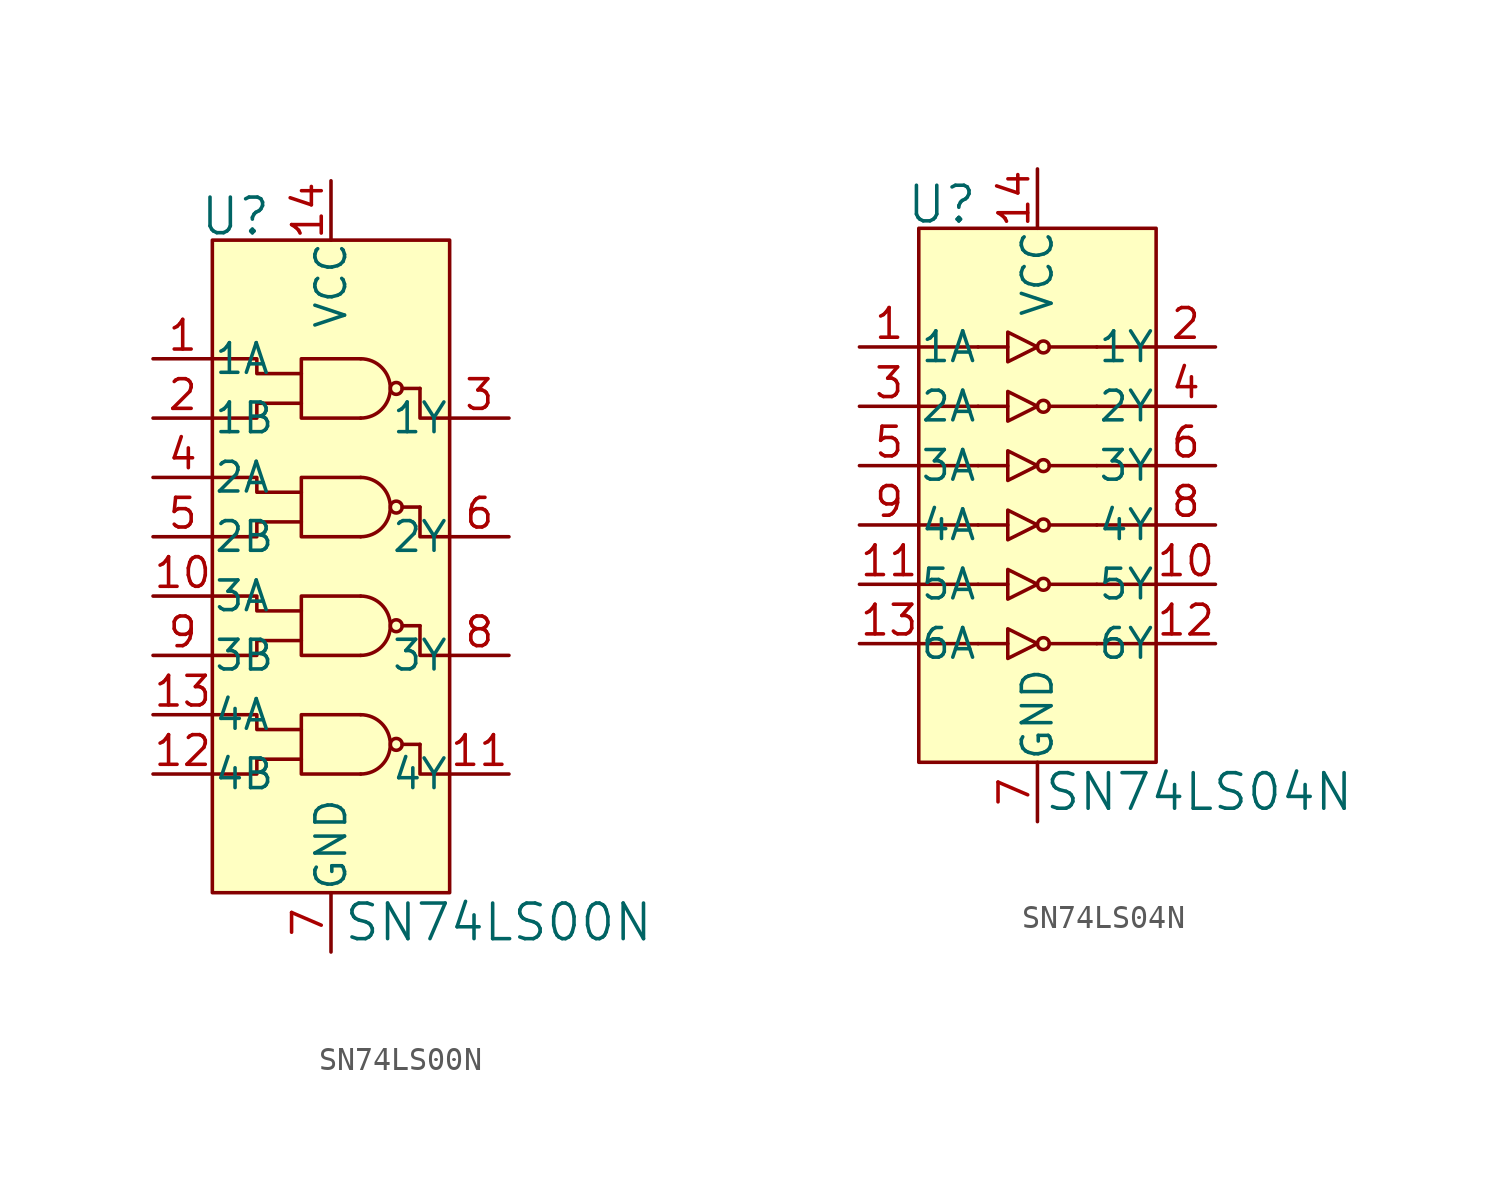
<source format=kicad_sym>
(kicad_symbol_lib
  (version 20220914)
  (generator kicad_symbol_editor)
  (symbol "SN74LS00N"
    (pin_names
      (offset 0.025))
    (property "Reference" "U"
      (at -5.08 11.176 0)
      (effects (font (size 1.524 1.524)) (justify right)))
    (property "Value" "SN74LS00N"
      (at -2.032 -19.05 0)
      (effects (font (size 1.524 1.524)) (justify left)))
    (symbol "SN74LS00N_0_1"
      (rectangle (start -7.62 10.16) (end 2.54 -17.78) (stroke (width 0) (type solid)) (fill (type background)))
      (arc (start -1.27 -12.7) (mid -0.0055 -11.43) (end -1.27 -10.16) (stroke (width 0) (type solid)) (fill (type none)))
      (arc (start -1.27 -7.62) (mid -0.0055 -6.35) (end -1.27 -5.08) (stroke (width 0) (type solid)) (fill (type none)))
      (arc (start -1.27 -2.54) (mid -0.0055 -1.27) (end -1.27 0) (stroke (width 0) (type solid)) (fill (type none)))
      (arc (start -1.27 2.54) (mid -0.0055 3.81) (end -1.27 5.08) (stroke (width 0) (type solid)) (fill (type none)))
      (polyline (pts (xy 0.508 -11.43) (xy 1.27 -11.43)) (stroke (width 0) (type solid)) (fill (type none)))
      (polyline (pts (xy 0.508 3.81) (xy 1.27 3.81)) (stroke (width 0) (type solid)) (fill (type none)))
      (polyline (pts (xy 1.27 -6.35) (xy 0.508 -6.35)) (stroke (width 0) (type solid)) (fill (type none)))
      (polyline (pts (xy 1.27 -1.27) (xy 0.508 -1.27)) (stroke (width 0) (type solid)) (fill (type none)))
      (polyline (pts (xy 1.27 -11.43) (xy 1.27 -12.7) (xy 2.54 -12.7)) (stroke (width 0) (type solid)) (fill (type none)))
      (polyline (pts (xy 1.27 -6.35) (xy 1.27 -7.62) (xy 2.54 -7.62)) (stroke (width 0) (type solid)) (fill (type none)))
      (polyline (pts (xy 1.27 -1.27) (xy 1.27 -2.54) (xy 2.54 -2.54)) (stroke (width 0) (type solid)) (fill (type none)))
      (polyline (pts (xy 1.27 3.81) (xy 1.27 2.54) (xy 2.54 2.54)) (stroke (width 0) (type solid)) (fill (type none)))
      (polyline (pts (xy -7.62 -12.7) (xy -5.715 -12.7) (xy -5.715 -12.065) (xy -3.81 -12.065)) (stroke (width 0) (type solid)) (fill (type none)))
      (polyline (pts (xy -7.62 -7.62) (xy -5.715 -7.62) (xy -5.715 -6.985) (xy -3.81 -6.985)) (stroke (width 0) (type solid)) (fill (type none)))
      (polyline (pts (xy -7.62 -2.54) (xy -5.715 -2.54) (xy -5.715 -1.905) (xy -3.81 -1.905)) (stroke (width 0) (type solid)) (fill (type none)))
      (polyline (pts (xy -3.81 -10.795) (xy -5.715 -10.795) (xy -5.715 -10.16) (xy -7.62 -10.16)) (stroke (width 0) (type solid)) (fill (type none)))
      (polyline (pts (xy -3.81 -5.715) (xy -5.715 -5.715) (xy -5.715 -5.08) (xy -7.62 -5.08)) (stroke (width 0) (type solid)) (fill (type none)))
      (polyline (pts (xy -3.81 -0.635) (xy -5.715 -0.635) (xy -5.715 0) (xy -7.62 0)) (stroke (width 0) (type solid)) (fill (type none)))
      (polyline (pts (xy -3.81 3.175) (xy -5.715 3.175) (xy -5.715 2.54) (xy -7.62 2.54)) (stroke (width 0) (type solid)) (fill (type none)))
      (polyline (pts (xy -3.81 4.445) (xy -5.715 4.445) (xy -5.715 5.08) (xy -7.62 5.08)) (stroke (width 0) (type solid)) (fill (type none)))
      (polyline (pts (xy -1.27 -10.16) (xy -3.81 -10.16) (xy -3.81 -12.7) (xy -1.27 -12.7)) (stroke (width 0) (type solid)) (fill (type none)))
      (polyline (pts (xy -1.27 -5.08) (xy -3.81 -5.08) (xy -3.81 -7.62) (xy -1.27 -7.62)) (stroke (width 0) (type solid)) (fill (type none)))
      (polyline (pts (xy -1.27 0) (xy -3.81 0) (xy -3.81 -2.54) (xy -1.27 -2.54)) (stroke (width 0) (type solid)) (fill (type none)))
      (polyline (pts (xy -1.27 5.08) (xy -3.81 5.08) (xy -3.81 2.54) (xy -1.27 2.54)) (stroke (width 0) (type solid)) (fill (type none)))
      (circle (center 0.254 -11.43) (radius 0.254) (stroke (width 0) (type solid)) (fill (type none)))
      (circle (center 0.254 -6.35) (radius 0.254) (stroke (width 0) (type solid)) (fill (type none)))
      (circle (center 0.254 -1.27) (radius 0.254) (stroke (width 0) (type solid)) (fill (type none)))
      (circle (center 0.254 3.81) (radius 0.254) (stroke (width 0) (type solid)) (fill (type none))))
    (symbol "SN74LS00N_1_1"
      (pin input line (at -10.16 5.08 0) (length 2.54) (name "1A" (effects (font (size 1.27 1.27)))) (number "1" (effects (font (size 1.27 1.27)))))
      (pin input line (at -10.16 -5.08 0) (length 2.54) (name "3A" (effects (font (size 1.27 1.27)))) (number "10" (effects (font (size 1.27 1.27)))))
      (pin output line (at 5.08 -12.7 180) (length 2.54) (name "4Y" (effects (font (size 1.27 1.27)))) (number "11" (effects (font (size 1.27 1.27)))))
      (pin input line (at -10.16 -12.7 0) (length 2.54) (name "4B" (effects (font (size 1.27 1.27)))) (number "12" (effects (font (size 1.27 1.27)))))
      (pin input line (at -10.16 -10.16 0) (length 2.54) (name "4A" (effects (font (size 1.27 1.27)))) (number "13" (effects (font (size 1.27 1.27)))))
      (pin power_in line (at -2.54 12.7 270) (length 2.54) (name "VCC" (effects (font (size 1.27 1.27)))) (number "14" (effects (font (size 1.27 1.27)))))
      (pin input line (at -10.16 2.54 0) (length 2.54) (name "1B" (effects (font (size 1.27 1.27)))) (number "2" (effects (font (size 1.27 1.27)))))
      (pin output line (at 5.08 2.54 180) (length 2.54) (name "1Y" (effects (font (size 1.27 1.27)))) (number "3" (effects (font (size 1.27 1.27)))))
      (pin input line (at -10.16 0 0) (length 2.54) (name "2A" (effects (font (size 1.27 1.27)))) (number "4" (effects (font (size 1.27 1.27)))))
      (pin input line (at -10.16 -2.54 0) (length 2.54) (name "2B" (effects (font (size 1.27 1.27)))) (number "5" (effects (font (size 1.27 1.27)))))
      (pin output line (at 5.08 -2.54 180) (length 2.54) (name "2Y" (effects (font (size 1.27 1.27)))) (number "6" (effects (font (size 1.27 1.27)))))
      (pin power_in line (at -2.54 -20.32 90) (length 2.54) (name "GND" (effects (font (size 1.27 1.27)))) (number "7" (effects (font (size 1.27 1.27)))))
      (pin output line (at 5.08 -7.62 180) (length 2.54) (name "3Y" (effects (font (size 1.27 1.27)))) (number "8" (effects (font (size 1.27 1.27)))))
      (pin input line (at -10.16 -7.62 0) (length 2.54) (name "3B" (effects (font (size 1.27 1.27)))) (number "9" (effects (font (size 1.27 1.27)))))))
  (symbol "SN74LS04N"
    (pin_names
      (offset 0.025))
    (property "Reference" "U"
      (at -2.54 13.716 0)
      (effects (font (size 1.524 1.524)) (justify right)))
    (property "Value" "SN74LS04N"
      (at 0.254 -11.43 0)
      (effects (font (size 1.524 1.524)) (justify left)))
    (symbol "SN74LS04N_0_1"
      (rectangle (start -5.08 12.7) (end 5.08 -10.16) (stroke (width 0) (type solid)) (fill (type background)))
      (polyline (pts (xy -2.54 -5.08) (xy -5.08 -5.08)) (stroke (width 0) (type solid)) (fill (type none)))
      (polyline (pts (xy -2.54 -2.54) (xy -5.08 -2.54)) (stroke (width 0) (type solid)) (fill (type none)))
      (polyline (pts (xy -2.54 -2.54) (xy -1.27 -2.54)) (stroke (width 0) (type solid)) (fill (type none)))
      (polyline (pts (xy -2.54 0) (xy -5.08 0)) (stroke (width 0) (type solid)) (fill (type none)))
      (polyline (pts (xy -2.54 2.54) (xy -5.08 2.54)) (stroke (width 0) (type solid)) (fill (type none)))
      (polyline (pts (xy -2.54 2.54) (xy -1.27 2.54)) (stroke (width 0) (type solid)) (fill (type none)))
      (polyline (pts (xy -2.54 5.08) (xy -5.08 5.08)) (stroke (width 0) (type solid)) (fill (type none)))
      (polyline (pts (xy -2.54 7.62) (xy -5.08 7.62)) (stroke (width 0) (type solid)) (fill (type none)))
      (polyline (pts (xy -1.27 -5.08) (xy -2.54 -5.08)) (stroke (width 0) (type solid)) (fill (type none)))
      (polyline (pts (xy -1.27 0) (xy -2.54 0)) (stroke (width 0) (type solid)) (fill (type none)))
      (polyline (pts (xy -1.27 5.08) (xy -2.54 5.08)) (stroke (width 0) (type solid)) (fill (type none)))
      (polyline (pts (xy -1.27 7.62) (xy -2.54 7.62)) (stroke (width 0) (type solid)) (fill (type none)))
      (polyline (pts (xy 0.508 -5.08) (xy 2.54 -5.08)) (stroke (width 0) (type solid)) (fill (type none)))
      (polyline (pts (xy 0.508 0) (xy 2.54 0)) (stroke (width 0) (type solid)) (fill (type none)))
      (polyline (pts (xy 0.508 2.54) (xy 2.54 2.54)) (stroke (width 0) (type solid)) (fill (type none)))
      (polyline (pts (xy 0.508 5.08) (xy 2.54 5.08)) (stroke (width 0) (type solid)) (fill (type none)))
      (polyline (pts (xy 2.54 -2.54) (xy 0.508 -2.54)) (stroke (width 0) (type solid)) (fill (type none)))
      (polyline (pts (xy 2.54 7.62) (xy 0.508 7.62)) (stroke (width 0) (type solid)) (fill (type none)))
      (polyline (pts (xy 5.08 -5.08) (xy 2.54 -5.08)) (stroke (width 0) (type solid)) (fill (type none)))
      (polyline (pts (xy 5.08 -2.54) (xy 2.54 -2.54)) (stroke (width 0) (type solid)) (fill (type none)))
      (polyline (pts (xy 5.08 0) (xy 2.54 0)) (stroke (width 0) (type solid)) (fill (type none)))
      (polyline (pts (xy 5.08 2.54) (xy 2.54 2.54)) (stroke (width 0) (type solid)) (fill (type none)))
      (polyline (pts (xy 5.08 5.08) (xy 2.54 5.08)) (stroke (width 0) (type solid)) (fill (type none)))
      (polyline (pts (xy 5.08 7.62) (xy 2.54 7.62)) (stroke (width 0) (type solid)) (fill (type none)))
      (polyline (pts (xy -1.27 -4.445) (xy -1.27 -5.715) (xy 0 -5.08) (xy -1.27 -4.445)) (stroke (width 0) (type solid)) (fill (type none)))
      (polyline (pts (xy -1.27 -1.905) (xy -1.27 -3.175) (xy 0 -2.54) (xy -1.27 -1.905)) (stroke (width 0) (type solid)) (fill (type none)))
      (polyline (pts (xy -1.27 0.635) (xy -1.27 -0.635) (xy 0 0) (xy -1.27 0.635)) (stroke (width 0) (type solid)) (fill (type none)))
      (polyline (pts (xy -1.27 3.175) (xy -1.27 1.905) (xy 0 2.54) (xy -1.27 3.175)) (stroke (width 0) (type solid)) (fill (type none)))
      (polyline (pts (xy -1.27 5.715) (xy -1.27 4.445) (xy 0 5.08) (xy -1.27 5.715)) (stroke (width 0) (type solid)) (fill (type none)))
      (polyline (pts (xy -1.27 8.255) (xy -1.27 6.985) (xy 0 7.62) (xy -1.27 8.255)) (stroke (width 0) (type solid)) (fill (type none)))
      (circle (center 0.254 -5.08) (radius 0.254) (stroke (width 0) (type solid)) (fill (type none)))
      (circle (center 0.254 -2.54) (radius 0.254) (stroke (width 0) (type solid)) (fill (type none)))
      (circle (center 0.254 0) (radius 0.254) (stroke (width 0) (type solid)) (fill (type none)))
      (circle (center 0.254 2.54) (radius 0.254) (stroke (width 0) (type solid)) (fill (type none)))
      (circle (center 0.254 5.08) (radius 0.254) (stroke (width 0) (type solid)) (fill (type none)))
      (circle (center 0.254 7.62) (radius 0.254) (stroke (width 0) (type solid)) (fill (type none))))
    (symbol "SN74LS04N_1_1"
      (pin input line (at -7.62 7.62 0) (length 2.54) (name "1A" (effects (font (size 1.27 1.27)))) (number "1" (effects (font (size 1.27 1.27)))))
      (pin output line (at 7.62 -2.54 180) (length 2.54) (name "5Y" (effects (font (size 1.27 1.27)))) (number "10" (effects (font (size 1.27 1.27)))))
      (pin input line (at -7.62 -2.54 0) (length 2.54) (name "5A" (effects (font (size 1.27 1.27)))) (number "11" (effects (font (size 1.27 1.27)))))
      (pin output line (at 7.62 -5.08 180) (length 2.54) (name "6Y" (effects (font (size 1.27 1.27)))) (number "12" (effects (font (size 1.27 1.27)))))
      (pin input line (at -7.62 -5.08 0) (length 2.54) (name "6A" (effects (font (size 1.27 1.27)))) (number "13" (effects (font (size 1.27 1.27)))))
      (pin power_in line (at 0 15.24 270) (length 2.54) (name "VCC" (effects (font (size 1.27 1.27)))) (number "14" (effects (font (size 1.27 1.27)))))
      (pin output line (at 7.62 7.62 180) (length 2.54) (name "1Y" (effects (font (size 1.27 1.27)))) (number "2" (effects (font (size 1.27 1.27)))))
      (pin input line (at -7.62 5.08 0) (length 2.54) (name "2A" (effects (font (size 1.27 1.27)))) (number "3" (effects (font (size 1.27 1.27)))))
      (pin output line (at 7.62 5.08 180) (length 2.54) (name "2Y" (effects (font (size 1.27 1.27)))) (number "4" (effects (font (size 1.27 1.27)))))
      (pin input line (at -7.62 2.54 0) (length 2.54) (name "3A" (effects (font (size 1.27 1.27)))) (number "5" (effects (font (size 1.27 1.27)))))
      (pin output line (at 7.62 2.54 180) (length 2.54) (name "3Y" (effects (font (size 1.27 1.27)))) (number "6" (effects (font (size 1.27 1.27)))))
      (pin power_in line (at 0 -12.7 90) (length 2.54) (name "GND" (effects (font (size 1.27 1.27)))) (number "7" (effects (font (size 1.27 1.27)))))
      (pin output line (at 7.62 0 180) (length 2.54) (name "4Y" (effects (font (size 1.27 1.27)))) (number "8" (effects (font (size 1.27 1.27)))))
      (pin input line (at -7.62 0 0) (length 2.54) (name "4A" (effects (font (size 1.27 1.27)))) (number "9" (effects (font (size 1.27 1.27))))))))
</source>
